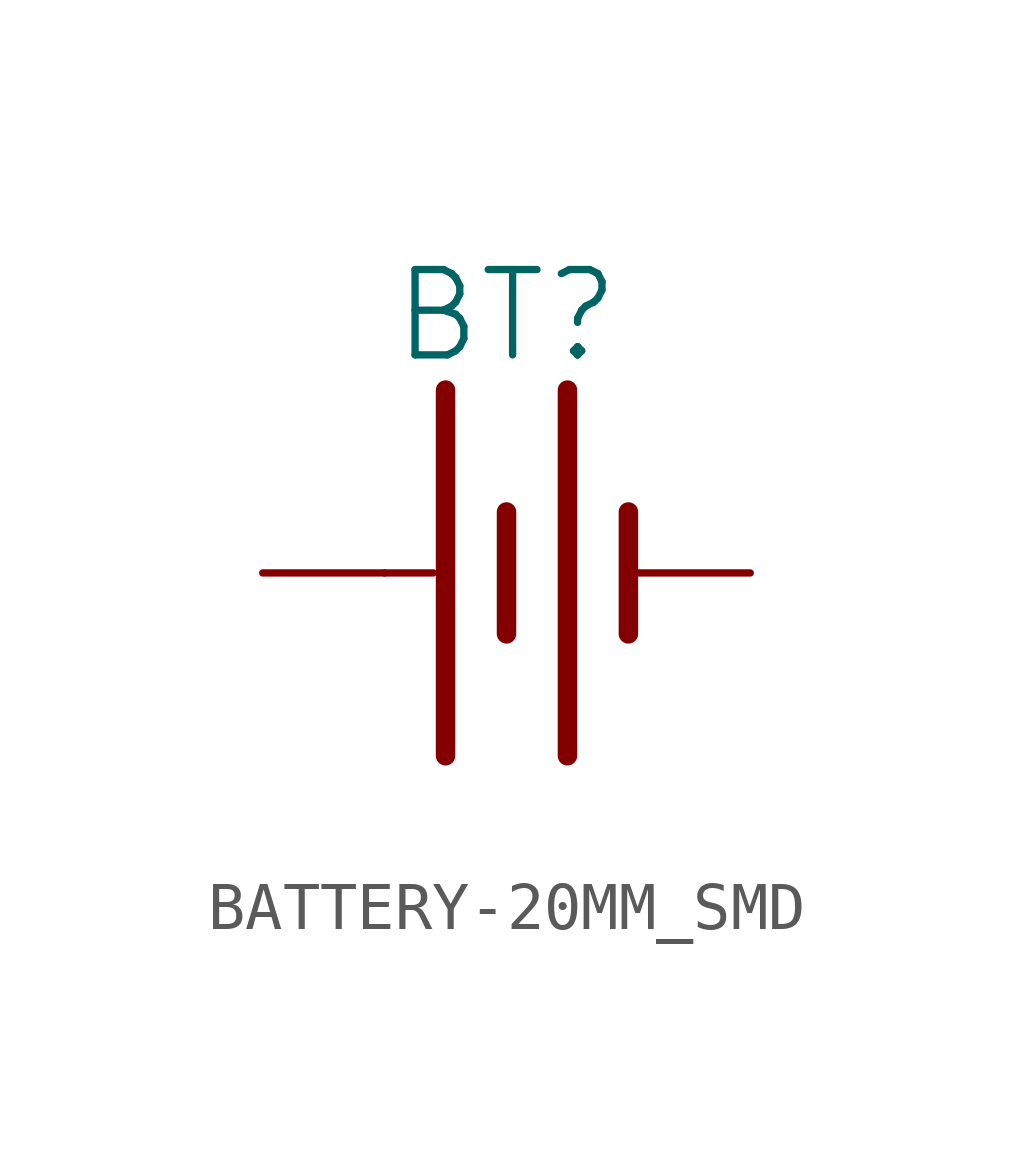
<source format=kicad_sym>
(kicad_symbol_lib
  (version 20231120)
  (generator "kicad_symbol_editor")
  (generator_version "8.0")
  (symbol "BATTERY-20MM_SMD"
    (property "Reference" "BT"
      (at 0 4.318 0)
      (effects (font (size 1.778 1.778)) (justify bottom)))
    (property "Value" ""
      (at 0 -4.318 0)
      (effects (font (size 1.778 1.778)) (justify top)))
    (property "ki_locked" ""
      (at 0 0 0)
      (effects (font (size 1.27 1.27))))
    (symbol "BATTERY-20MM_SMD_1_0"
      (polyline (pts (xy -2.54 0) (xy -1.524 0)) (stroke (width 0.152) (type solid)) (fill (type none)))
      (polyline (pts (xy -1.27 3.81) (xy -1.27 -3.81)) (stroke (width 0.406) (type solid)) (fill (type none)))
      (polyline (pts (xy 0 1.27) (xy 0 -1.27)) (stroke (width 0.406) (type solid)) (fill (type none)))
      (polyline (pts (xy 1.27 3.81) (xy 1.27 -3.81)) (stroke (width 0.406) (type solid)) (fill (type none)))
      (polyline (pts (xy 2.54 1.27) (xy 2.54 -1.27)) (stroke (width 0.406) (type solid)) (fill (type none)))
      (pin power_in line (at -5.08 0 0) (length 2.54) (name "+" (effects (font (size 0 0)))) (number "1" (effects (font (size 0 0)))))
      (pin power_in line (at 5.08 0 180) (length 2.54) (name "-" (effects (font (size 0 0)))) (number "2" (effects (font (size 0 0))))))))
</source>
